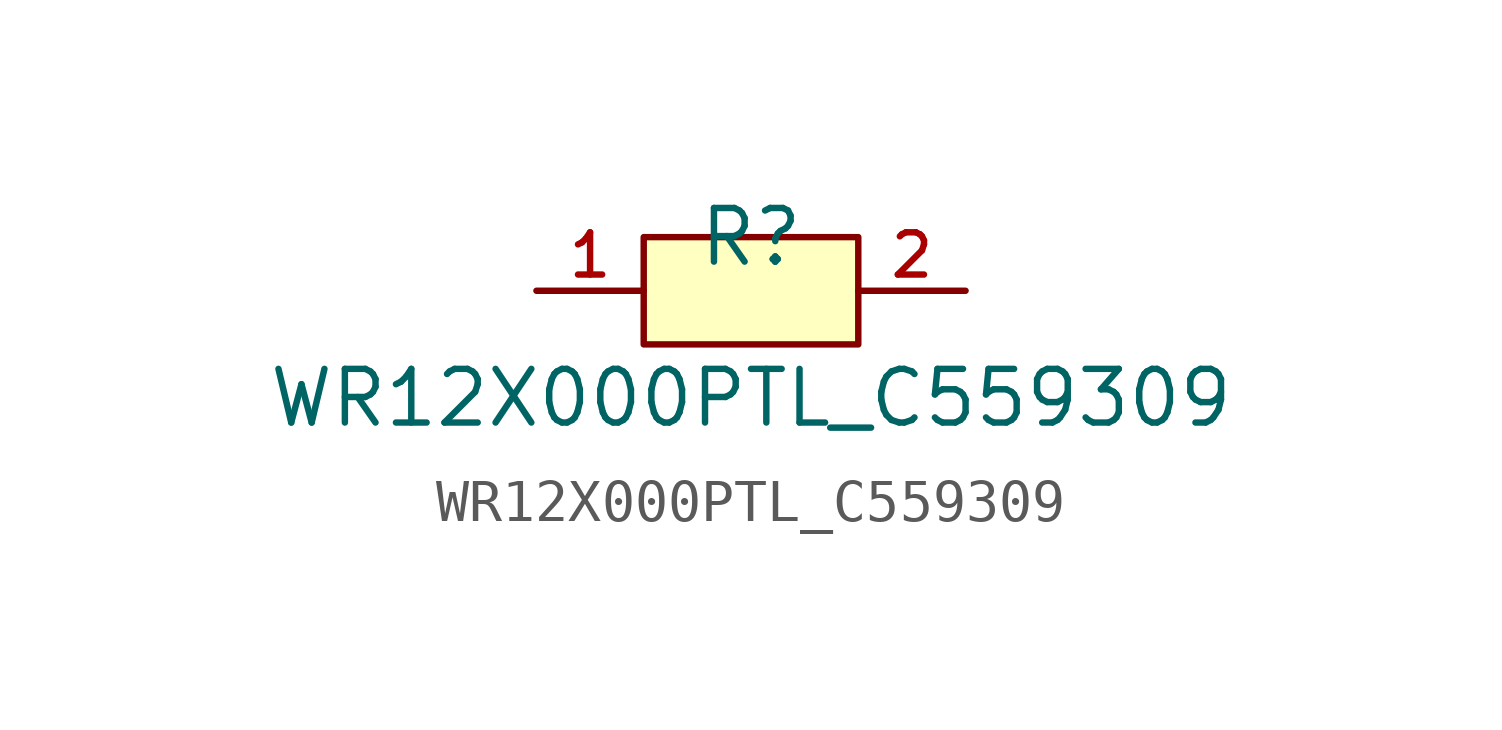
<source format=kicad_sym>
(kicad_symbol_lib
  (version 20210201)
  (generator TousstNicolas/JLC2KiCad_lib)
  (symbol "WR12X000PTL_C559309"
    (pin_names hide)
    (property "Reference" "R"
      (at 0 1.27 0)
      (effects (font (size 1.27 1.27))))
    (property "Value" "WR12X000PTL_C559309"
      (at 0 -2.54 0)
      (effects (font (size 1.27 1.27))))
    (symbol "WR12X000PTL_C559309_0_1"
      (rectangle (start -2.54 1.27) (end 2.54 -1.27) (stroke (width 0) (type default) (color 0 0 0 0)) (fill (type background)))
      (pin unspecified line (at 5.08 -0.0 180) (length 2.54) (name "2" (effects (font (size 1 1)))) (number "2" (effects (font (size 1 1)))))
      (pin unspecified line (at -5.08 -0.0 0) (length 2.54) (name "1" (effects (font (size 1 1)))) (number "1" (effects (font (size 1 1))))))))
</source>
